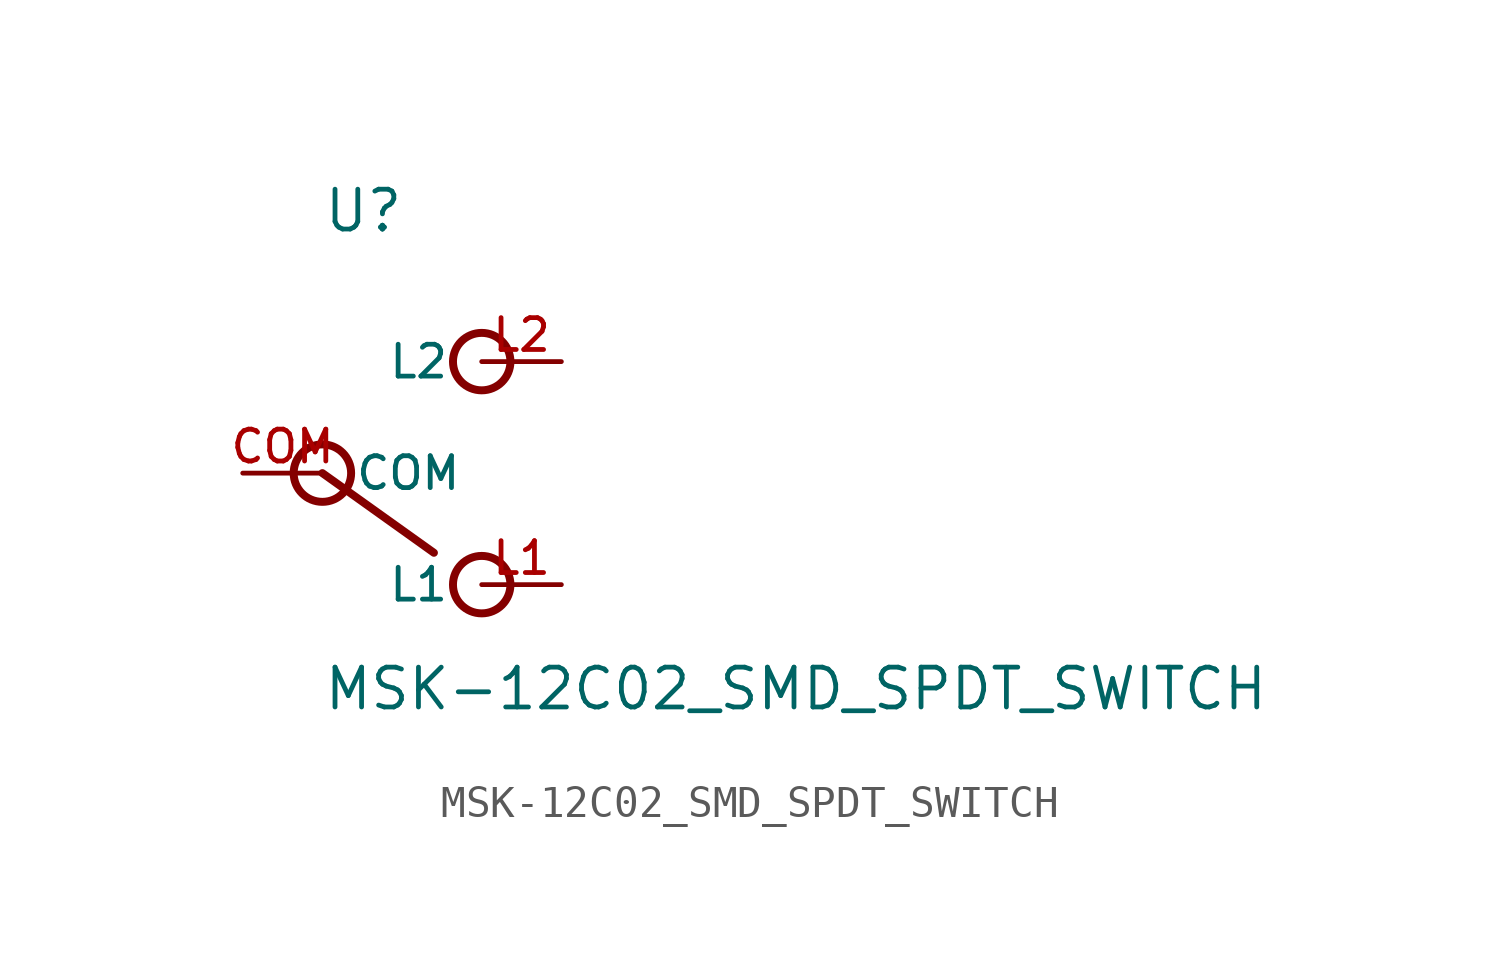
<source format=kicad_sym>
(kicad_symbol_lib
  (version 20211014)
  (generator kicad_symbol_editor)
  (symbol "MSK-12C02_SMD_SPDT_SWITCH"
    (pin_names
      (offset 1.016))
    (property "Reference" "U"
      (at -5.08 7.62 0)
      (effects (font (size 1.27 1.27)) (justify bottom left)))
    (property "Value" "MSK-12C02_SMD_SPDT_SWITCH"
      (at -5.08 -7.62 0)
      (effects (font (size 1.27 1.27)) (justify bottom left)))
    (symbol "MSK-12C02_SMD_SPDT_SWITCH_0_0"
      (circle (center 0.0 3.556) (radius 0.916) (stroke (width 0.254)) (fill (type none)))
      (circle (center 0.0 -3.556) (radius 0.916) (stroke (width 0.254)) (fill (type none)))
      (circle (center -5.08 0.0) (radius 0.916) (stroke (width 0.254)) (fill (type none)))
      (polyline (pts (xy -5.08 0.0) (xy -1.524 -2.54)) (stroke (width 0.254)))
      (pin bidirectional line (at -7.62 0.0 0) (length 2.54) (name "COM" (effects (font (size 1.016 1.016)))) (number "COM" (effects (font (size 1.016 1.016)))))
      (pin bidirectional line (at 2.54 3.556 180.0) (length 2.54) (name "L2" (effects (font (size 1.016 1.016)))) (number "L2" (effects (font (size 1.016 1.016)))))
      (pin bidirectional line (at 2.54 -3.556 180.0) (length 2.54) (name "L1" (effects (font (size 1.016 1.016)))) (number "L1" (effects (font (size 1.016 1.016))))))))
</source>
